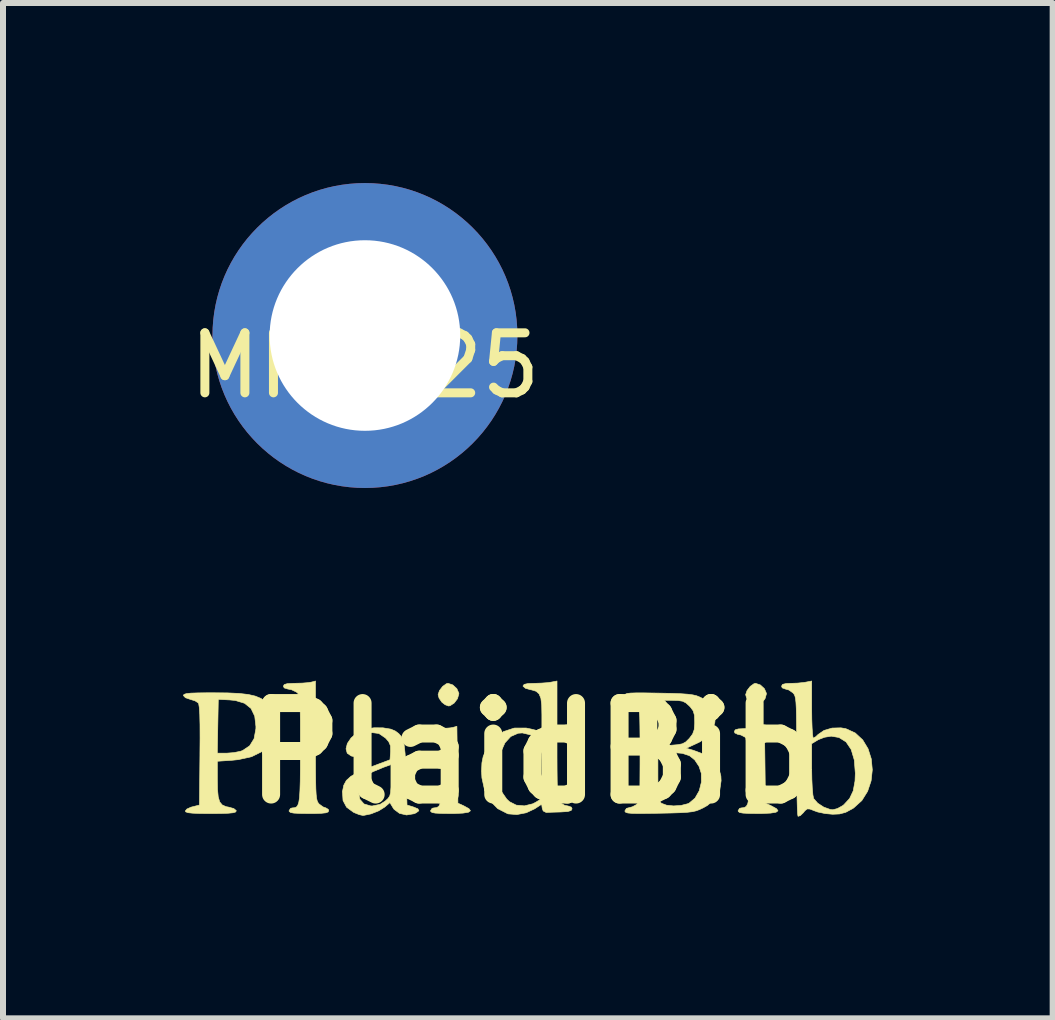
<source format=kicad_pcb>
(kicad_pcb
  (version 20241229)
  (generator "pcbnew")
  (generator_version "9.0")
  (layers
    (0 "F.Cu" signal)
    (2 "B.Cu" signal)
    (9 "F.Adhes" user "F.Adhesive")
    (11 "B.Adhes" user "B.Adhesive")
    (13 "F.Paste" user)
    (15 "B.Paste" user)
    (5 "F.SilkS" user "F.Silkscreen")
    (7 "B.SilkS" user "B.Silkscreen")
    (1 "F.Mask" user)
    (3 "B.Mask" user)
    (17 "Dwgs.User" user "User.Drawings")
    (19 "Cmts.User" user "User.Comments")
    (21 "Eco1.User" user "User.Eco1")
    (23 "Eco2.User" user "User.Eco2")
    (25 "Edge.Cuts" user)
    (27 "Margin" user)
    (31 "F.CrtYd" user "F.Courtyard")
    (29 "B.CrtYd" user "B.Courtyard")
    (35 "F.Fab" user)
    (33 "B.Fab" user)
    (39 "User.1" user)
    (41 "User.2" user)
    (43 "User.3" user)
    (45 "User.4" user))
  (footprint "MH_125"
    (layer "F.Cu")
    (at 3.03 2.54)
    (property "Reference" "MH_125" (at 0 0.5 0) (layer "F.SilkS") (effects (font (size 1 1) (thickness 0.15))))
    (attr through_hole)
    (pad "1" thru_hole circle (at 0 0) (size 5.08 5.08) (drill 3.175) (layers "*.Cu" "*.Mask")))
  (footprint "PlaidBib"
    (layer "F.Cu")
    (at 5.821 9.498)
    (property "Reference" "PlaidBib" (at 0 0 0) (layer "F.SilkS") (effects (font (size 1.524 1.524) (thickness 0.3))))
    (attr through_hole)
    (fp_poly (pts (xy -1.328 -1.137) (xy -1.26 -1.075) (xy -1.227 -0.999) (xy -1.226 -0.988) (xy -1.249 -0.908) (xy -1.304 -0.835) (xy -1.373 -0.79) (xy -1.399 -0.786) (xy -1.455 -0.807) (xy -1.509 -0.849) (xy -1.556 -0.917) (xy -1.572 -0.975) (xy -1.549 -1.043) (xy -1.496 -1.112) (xy -1.433 -1.157) (xy -1.406 -1.163) (xy -1.328 -1.137)) (stroke (width 0.01) (type solid)) (fill yes) (layer "F.SilkS"))
    (fp_poly (pts (xy 3.796 -1.137) (xy 3.864 -1.075) (xy 3.897 -0.999) (xy 3.898 -0.988) (xy 3.875 -0.908) (xy 3.82 -0.835) (xy 3.751 -0.79) (xy 3.725 -0.786) (xy 3.669 -0.807) (xy 3.615 -0.849) (xy 3.568 -0.917) (xy 3.552 -0.975) (xy 3.575 -1.043) (xy 3.628 -1.112) (xy 3.691 -1.157) (xy 3.718 -1.163) (xy 3.796 -1.137)) (stroke (width 0.01) (type solid)) (fill yes) (layer "F.SilkS"))
    (fp_poly (pts (xy -1.242 0.833) (xy -1.14 0.88) (xy -1.058 0.925) (xy -1.033 0.96) (xy -1.066 0.984) (xy -1.158 0.999) (xy -1.311 1.006) (xy -1.367 1.006) (xy -1.518 1.004) (xy -1.616 0.999) (xy -1.672 0.989) (xy -1.695 0.971) (xy -1.698 0.959) (xy -1.672 0.919) (xy -1.641 0.912) (xy -1.595 0.907) (xy -1.561 0.886) (xy -1.537 0.841) (xy -1.522 0.765) (xy -1.513 0.649) (xy -1.51 0.485) (xy -1.509 0.31) (xy -1.509 0.116) (xy -1.511 -0.024) (xy -1.516 -0.121) (xy -1.524 -0.184) (xy -1.537 -0.223) (xy -1.557 -0.249) (xy -1.579 -0.265) (xy -1.652 -0.303) (xy -1.705 -0.314) (xy -1.752 -0.336) (xy -1.76 -0.362) (xy -1.745 -0.389) (xy -1.692 -0.404) (xy -1.589 -0.409) (xy -1.58 -0.409) (xy -1.467 -0.413) (xy -1.37 -0.421) (xy -1.329 -0.428) (xy -1.259 -0.447) (xy -1.242 0.833)) (stroke (width 0.01) (type solid)) (fill yes) (layer "F.SilkS"))
    (fp_poly (pts (xy 3.874 0.193) (xy 3.882 0.833) (xy 3.984 0.88) (xy 4.066 0.925) (xy 4.091 0.96) (xy 4.058 0.984) (xy 3.966 0.999) (xy 3.813 1.006) (xy 3.757 1.006) (xy 3.606 1.004) (xy 3.508 0.999) (xy 3.452 0.989) (xy 3.429 0.971) (xy 3.426 0.959) (xy 3.452 0.919) (xy 3.483 0.912) (xy 3.529 0.907) (xy 3.563 0.886) (xy 3.587 0.841) (xy 3.602 0.765) (xy 3.611 0.649) (xy 3.614 0.485) (xy 3.615 0.31) (xy 3.615 0.116) (xy 3.613 -0.024) (xy 3.608 -0.121) (xy 3.6 -0.184) (xy 3.587 -0.223) (xy 3.567 -0.249) (xy 3.545 -0.265) (xy 3.472 -0.303) (xy 3.419 -0.314) (xy 3.372 -0.336) (xy 3.364 -0.362) (xy 3.379 -0.389) (xy 3.432 -0.404) (xy 3.535 -0.409) (xy 3.544 -0.409) (xy 3.657 -0.413) (xy 3.754 -0.421) (xy 3.795 -0.428) (xy 3.865 -0.447) (xy 3.874 0.193)) (stroke (width 0.01) (type solid)) (fill yes) (layer "F.SilkS"))
    (fp_poly (pts (xy -3.615 -0.208) (xy -3.615 0.069) (xy -3.614 0.289) (xy -3.612 0.461) (xy -3.609 0.59) (xy -3.604 0.684) (xy -3.597 0.749) (xy -3.587 0.793) (xy -3.574 0.822) (xy -3.558 0.843) (xy -3.552 0.849) (xy -3.49 0.895) (xy -3.442 0.912) (xy -3.401 0.937) (xy -3.395 0.959) (xy -3.405 0.98) (xy -3.442 0.994) (xy -3.517 1.002) (xy -3.638 1.006) (xy -3.725 1.006) (xy -3.876 1.004) (xy -3.974 0.999) (xy -4.029 0.989) (xy -4.053 0.971) (xy -4.055 0.959) (xy -4.029 0.919) (xy -3.999 0.912) (xy -3.962 0.909) (xy -3.932 0.897) (xy -3.91 0.869) (xy -3.893 0.819) (xy -3.881 0.741) (xy -3.874 0.626) (xy -3.869 0.47) (xy -3.867 0.266) (xy -3.867 0.007) (xy -3.867 -0.067) (xy -3.867 -0.329) (xy -3.867 -0.535) (xy -3.869 -0.692) (xy -3.872 -0.808) (xy -3.878 -0.89) (xy -3.886 -0.945) (xy -3.897 -0.979) (xy -3.912 -1.001) (xy -3.931 -1.016) (xy -3.936 -1.02) (xy -4.017 -1.058) (xy -4.078 -1.069) (xy -4.136 -1.087) (xy -4.15 -1.116) (xy -4.135 -1.143) (xy -4.085 -1.158) (xy -3.987 -1.163) (xy -3.953 -1.164) (xy -3.836 -1.167) (xy -3.736 -1.175) (xy -3.686 -1.183) (xy -3.615 -1.202) (xy -3.615 -0.208)) (stroke (width 0.01) (type solid)) (fill yes) (layer "F.SilkS"))
    (fp_poly (pts (xy -5.082 -1.004) (xy -4.888 -0.995) (xy -4.736 -0.978) (xy -4.619 -0.951) (xy -4.524 -0.912) (xy -4.444 -0.859) (xy -4.396 -0.816) (xy -4.268 -0.694) (xy -4.28 -0.477) (xy -4.293 -0.345) (xy -4.317 -0.251) (xy -4.36 -0.173) (xy -4.377 -0.149) (xy -4.507 -0.026) (xy -4.68 0.059) (xy -4.901 0.108) (xy -4.999 0.118) (xy -5.25 0.135) (xy -5.25 0.427) (xy -5.247 0.605) (xy -5.235 0.73) (xy -5.21 0.813) (xy -5.168 0.863) (xy -5.105 0.891) (xy -5.062 0.899) (xy -4.976 0.923) (xy -4.936 0.956) (xy -4.935 0.963) (xy -4.947 0.981) (xy -4.989 0.993) (xy -5.069 1.001) (xy -5.196 1.005) (xy -5.36 1.006) (xy -5.538 1.005) (xy -5.662 1) (xy -5.738 0.992) (xy -5.776 0.978) (xy -5.784 0.964) (xy -5.757 0.931) (xy -5.689 0.9) (xy -5.666 0.894) (xy -5.548 0.864) (xy -5.54 0.035) (xy -5.54 0) (xy -5.251 0) (xy -5.092 0) (xy -4.975 -0.009) (xy -4.865 -0.031) (xy -4.831 -0.043) (xy -4.712 -0.122) (xy -4.638 -0.241) (xy -4.608 -0.405) (xy -4.607 -0.442) (xy -4.627 -0.616) (xy -4.689 -0.745) (xy -4.796 -0.831) (xy -4.951 -0.878) (xy -5.046 -0.887) (xy -5.234 -0.896) (xy -5.251 0) (xy -5.54 0) (xy -5.538 -0.251) (xy -5.539 -0.478) (xy -5.543 -0.647) (xy -5.551 -0.762) (xy -5.561 -0.824) (xy -5.567 -0.836) (xy -5.62 -0.871) (xy -5.703 -0.897) (xy -5.709 -0.899) (xy -5.782 -0.924) (xy -5.815 -0.959) (xy -5.816 -0.962) (xy -5.805 -0.979) (xy -5.766 -0.992) (xy -5.692 -1) (xy -5.575 -1.004) (xy -5.406 -1.006) (xy -5.33 -1.006) (xy -5.082 -1.004)) (stroke (width 0.01) (type solid)) (fill yes) (layer "F.SilkS"))
    (fp_poly (pts (xy -2.49 -0.422) (xy -2.359 -0.4) (xy -2.284 -0.368) (xy -2.228 -0.326) (xy -2.186 -0.278) (xy -2.156 -0.213) (xy -2.136 -0.123) (xy -2.122 0.004) (xy -2.112 0.175) (xy -2.106 0.346) (xy -2.09 0.864) (xy -1.988 0.895) (xy -1.909 0.927) (xy -1.892 0.959) (xy -1.938 0.994) (xy -1.972 1.009) (xy -2.098 1.03) (xy -2.215 1.003) (xy -2.306 0.935) (xy -2.321 0.913) (xy -2.375 0.824) (xy -2.461 0.898) (xy -2.562 0.961) (xy -2.691 1.012) (xy -2.812 1.037) (xy -2.829 1.037) (xy -2.887 1.024) (xy -2.969 0.991) (xy -2.986 0.982) (xy -3.097 0.9) (xy -3.156 0.789) (xy -3.165 0.646) (xy -2.898 0.646) (xy -2.875 0.768) (xy -2.807 0.846) (xy -2.696 0.879) (xy -2.67 0.88) (xy -2.539 0.853) (xy -2.454 0.799) (xy -2.407 0.756) (xy -2.378 0.714) (xy -2.364 0.656) (xy -2.358 0.566) (xy -2.358 0.454) (xy -2.358 0.191) (xy -2.48 0.235) (xy -2.661 0.31) (xy -2.787 0.39) (xy -2.862 0.483) (xy -2.896 0.594) (xy -2.898 0.646) (xy -3.165 0.646) (xy -3.165 0.642) (xy -3.164 0.633) (xy -3.144 0.535) (xy -3.101 0.455) (xy -3.024 0.385) (xy -2.906 0.319) (xy -2.738 0.247) (xy -2.687 0.228) (xy -2.373 0.11) (xy -2.364 -0.024) (xy -2.365 -0.122) (xy -2.395 -0.192) (xy -2.448 -0.252) (xy -2.559 -0.328) (xy -2.677 -0.343) (xy -2.768 -0.313) (xy -2.81 -0.273) (xy -2.827 -0.198) (xy -2.829 -0.141) (xy -2.848 -0.027) (xy -2.901 0.04) (xy -2.983 0.055) (xy -3.019 0.047) (xy -3.086 0.001) (xy -3.106 -0.072) (xy -3.084 -0.161) (xy -3.022 -0.253) (xy -2.924 -0.339) (xy -2.889 -0.362) (xy -2.779 -0.402) (xy -2.638 -0.423) (xy -2.49 -0.422)) (stroke (width 0.01) (type solid)) (fill yes) (layer "F.SilkS"))
    (fp_poly (pts (xy 0.409 -0.213) (xy 0.409 0.064) (xy 0.41 0.284) (xy 0.412 0.456) (xy 0.415 0.584) (xy 0.42 0.678) (xy 0.428 0.742) (xy 0.438 0.784) (xy 0.45 0.81) (xy 0.466 0.828) (xy 0.539 0.87) (xy 0.592 0.88) (xy 0.647 0.899) (xy 0.66 0.927) (xy 0.644 0.955) (xy 0.59 0.972) (xy 0.485 0.979) (xy 0.472 0.98) (xy 0.36 0.983) (xy 0.269 0.986) (xy 0.228 0.988) (xy 0.179 0.963) (xy 0.163 0.92) (xy 0.153 0.851) (xy 0.037 0.927) (xy -0.104 0.993) (xy -0.259 1.023) (xy -0.401 1.012) (xy -0.415 1.008) (xy -0.579 0.924) (xy -0.707 0.793) (xy -0.796 0.621) (xy -0.842 0.413) (xy -0.848 0.3) (xy -0.848 0.298) (xy -0.571 0.298) (xy -0.557 0.494) (xy -0.512 0.645) (xy -0.429 0.765) (xy -0.382 0.809) (xy -0.27 0.866) (xy -0.134 0.878) (xy 0.004 0.844) (xy 0.055 0.818) (xy 0.157 0.755) (xy 0.157 0.305) (xy 0.156 0.126) (xy 0.153 -0.001) (xy 0.147 -0.088) (xy 0.135 -0.145) (xy 0.116 -0.185) (xy 0.091 -0.216) (xy -0.029 -0.304) (xy -0.167 -0.337) (xy -0.238 -0.332) (xy -0.361 -0.278) (xy -0.458 -0.172) (xy -0.527 -0.018) (xy -0.565 0.176) (xy -0.571 0.298) (xy -0.848 0.298) (xy -0.842 0.161) (xy -0.821 0.056) (xy -0.779 -0.045) (xy -0.762 -0.078) (xy -0.638 -0.245) (xy -0.484 -0.359) (xy -0.304 -0.418) (xy -0.106 -0.419) (xy -0.024 -0.402) (xy 0.157 -0.356) (xy 0.157 -0.636) (xy 0.154 -0.802) (xy 0.14 -0.916) (xy 0.11 -0.988) (xy 0.061 -1.031) (xy -0.014 -1.054) (xy -0.032 -1.057) (xy -0.117 -1.081) (xy -0.156 -1.114) (xy -0.157 -1.12) (xy -0.138 -1.146) (xy -0.074 -1.16) (xy 0.028 -1.163) (xy 0.148 -1.167) (xy 0.259 -1.175) (xy 0.31 -1.183) (xy 0.409 -1.202) (xy 0.409 -0.213)) (stroke (width 0.01) (type solid)) (fill yes) (layer "F.SilkS"))
    (fp_poly (pts (xy 4.652 -0.727) (xy 4.654 -0.562) (xy 4.659 -0.422) (xy 4.666 -0.318) (xy 4.674 -0.26) (xy 4.679 -0.251) (xy 4.718 -0.272) (xy 4.759 -0.311) (xy 4.858 -0.379) (xy 4.992 -0.418) (xy 5.139 -0.422) (xy 5.221 -0.408) (xy 5.378 -0.336) (xy 5.502 -0.221) (xy 5.591 -0.074) (xy 5.645 0.096) (xy 5.662 0.278) (xy 5.642 0.461) (xy 5.584 0.635) (xy 5.488 0.789) (xy 5.351 0.913) (xy 5.33 0.926) (xy 5.218 0.986) (xy 5.116 1.013) (xy 5.001 1.018) (xy 4.875 1.006) (xy 4.752 0.98) (xy 4.702 0.962) (xy 4.623 0.931) (xy 4.577 0.929) (xy 4.539 0.959) (xy 4.513 0.992) (xy 4.463 1.04) (xy 4.427 1.052) (xy 4.424 1.05) (xy 4.418 1.014) (xy 4.413 0.923) (xy 4.409 0.784) (xy 4.405 0.606) (xy 4.403 0.396) (xy 4.401 0.162) (xy 4.401 0.042) (xy 4.401 -0.158) (xy 4.652 -0.158) (xy 4.652 0.269) (xy 4.655 0.438) (xy 4.662 0.584) (xy 4.672 0.694) (xy 4.684 0.755) (xy 4.686 0.758) (xy 4.752 0.833) (xy 4.853 0.899) (xy 4.961 0.938) (xy 5.004 0.943) (xy 5.081 0.923) (xy 5.169 0.874) (xy 5.189 0.858) (xy 5.284 0.755) (xy 5.344 0.628) (xy 5.374 0.464) (xy 5.379 0.335) (xy 5.362 0.114) (xy 5.31 -0.061) (xy 5.225 -0.187) (xy 5.107 -0.261) (xy 4.978 -0.283) (xy 4.866 -0.265) (xy 4.76 -0.224) (xy 4.755 -0.22) (xy 4.652 -0.158) (xy 4.401 -0.158) (xy 4.401 -0.233) (xy 4.4 -0.453) (xy 4.398 -0.623) (xy 4.395 -0.751) (xy 4.39 -0.844) (xy 4.383 -0.908) (xy 4.373 -0.951) (xy 4.36 -0.98) (xy 4.343 -1.001) (xy 4.338 -1.006) (xy 4.27 -1.053) (xy 4.212 -1.069) (xy 4.161 -1.088) (xy 4.15 -1.116) (xy 4.167 -1.146) (xy 4.226 -1.16) (xy 4.303 -1.163) (xy 4.418 -1.167) (xy 4.524 -1.178) (xy 4.554 -1.183) (xy 4.652 -1.202) (xy 4.652 -0.727)) (stroke (width 0.01) (type solid)) (fill yes) (layer "F.SilkS"))
    (fp_poly (pts (xy 2.055 -1.001) (xy 2.114 -1) (xy 2.321 -0.996) (xy 2.476 -0.99) (xy 2.589 -0.982) (xy 2.672 -0.971) (xy 2.735 -0.956) (xy 2.789 -0.934) (xy 2.824 -0.917) (xy 2.948 -0.82) (xy 3.023 -0.693) (xy 3.042 -0.546) (xy 3.038 -0.509) (xy 2.998 -0.377) (xy 2.92 -0.275) (xy 2.793 -0.19) (xy 2.74 -0.164) (xy 2.562 -0.082) (xy 2.69 -0.044) (xy 2.881 0.027) (xy 3.016 0.118) (xy 3.101 0.234) (xy 3.139 0.38) (xy 3.143 0.459) (xy 3.119 0.625) (xy 3.045 0.76) (xy 2.915 0.871) (xy 2.846 0.91) (xy 2.787 0.938) (xy 2.73 0.96) (xy 2.665 0.975) (xy 2.581 0.985) (xy 2.466 0.992) (xy 2.31 0.997) (xy 2.115 1.001) (xy 1.91 1.004) (xy 1.76 1.005) (xy 1.657 1.003) (xy 1.591 0.997) (xy 1.556 0.987) (xy 1.542 0.972) (xy 1.54 0.962) (xy 1.566 0.92) (xy 1.596 0.912) (xy 1.664 0.894) (xy 1.722 0.863) (xy 1.743 0.846) (xy 1.76 0.825) (xy 1.772 0.793) (xy 1.781 0.74) (xy 1.786 0.66) (xy 1.79 0.546) (xy 1.791 0.389) (xy 1.791 0.388) (xy 2.09 0.388) (xy 2.091 0.556) (xy 2.095 0.672) (xy 2.103 0.748) (xy 2.116 0.795) (xy 2.137 0.824) (xy 2.151 0.836) (xy 2.234 0.867) (xy 2.35 0.879) (xy 2.476 0.871) (xy 2.586 0.843) (xy 2.61 0.833) (xy 2.709 0.749) (xy 2.779 0.626) (xy 2.815 0.482) (xy 2.813 0.336) (xy 2.776 0.222) (xy 2.703 0.112) (xy 2.615 0.042) (xy 2.497 0.003) (xy 2.333 -0.011) (xy 2.322 -0.011) (xy 2.09 -0.016) (xy 2.09 0.388) (xy 1.791 0.388) (xy 1.792 0.182) (xy 1.792 0.002) (xy 1.792 -0.252) (xy 1.79 -0.45) (xy 1.787 -0.601) (xy 1.779 -0.71) (xy 1.766 -0.785) (xy 1.747 -0.834) (xy 1.72 -0.864) (xy 1.685 -0.88) (xy 2.075 -0.88) (xy 2.075 -0.119) (xy 2.298 -0.131) (xy 2.419 -0.141) (xy 2.497 -0.156) (xy 2.553 -0.186) (xy 2.605 -0.237) (xy 2.613 -0.245) (xy 2.668 -0.318) (xy 2.695 -0.392) (xy 2.703 -0.495) (xy 2.703 -0.522) (xy 2.699 -0.631) (xy 2.678 -0.704) (xy 2.633 -0.766) (xy 2.612 -0.788) (xy 2.557 -0.837) (xy 2.503 -0.865) (xy 2.429 -0.877) (xy 2.315 -0.88) (xy 2.297 -0.88) (xy 2.075 -0.88) (xy 1.685 -0.88) (xy 1.683 -0.881) (xy 1.636 -0.894) (xy 1.627 -0.897) (xy 1.564 -0.927) (xy 1.54 -0.965) (xy 1.548 -0.982) (xy 1.576 -0.994) (xy 1.633 -1.001) (xy 1.726 -1.004) (xy 1.864 -1.004) (xy 2.055 -1.001)) (stroke (width 0.01) (type solid)) (fill yes) (layer "F.SilkS")))
  (gr_rect
    (start -3 -3)
    (end 14.488 13.916)
    (stroke (width 0.1) (type default))
    (fill no)
    (layer "Edge.Cuts")))
</source>
